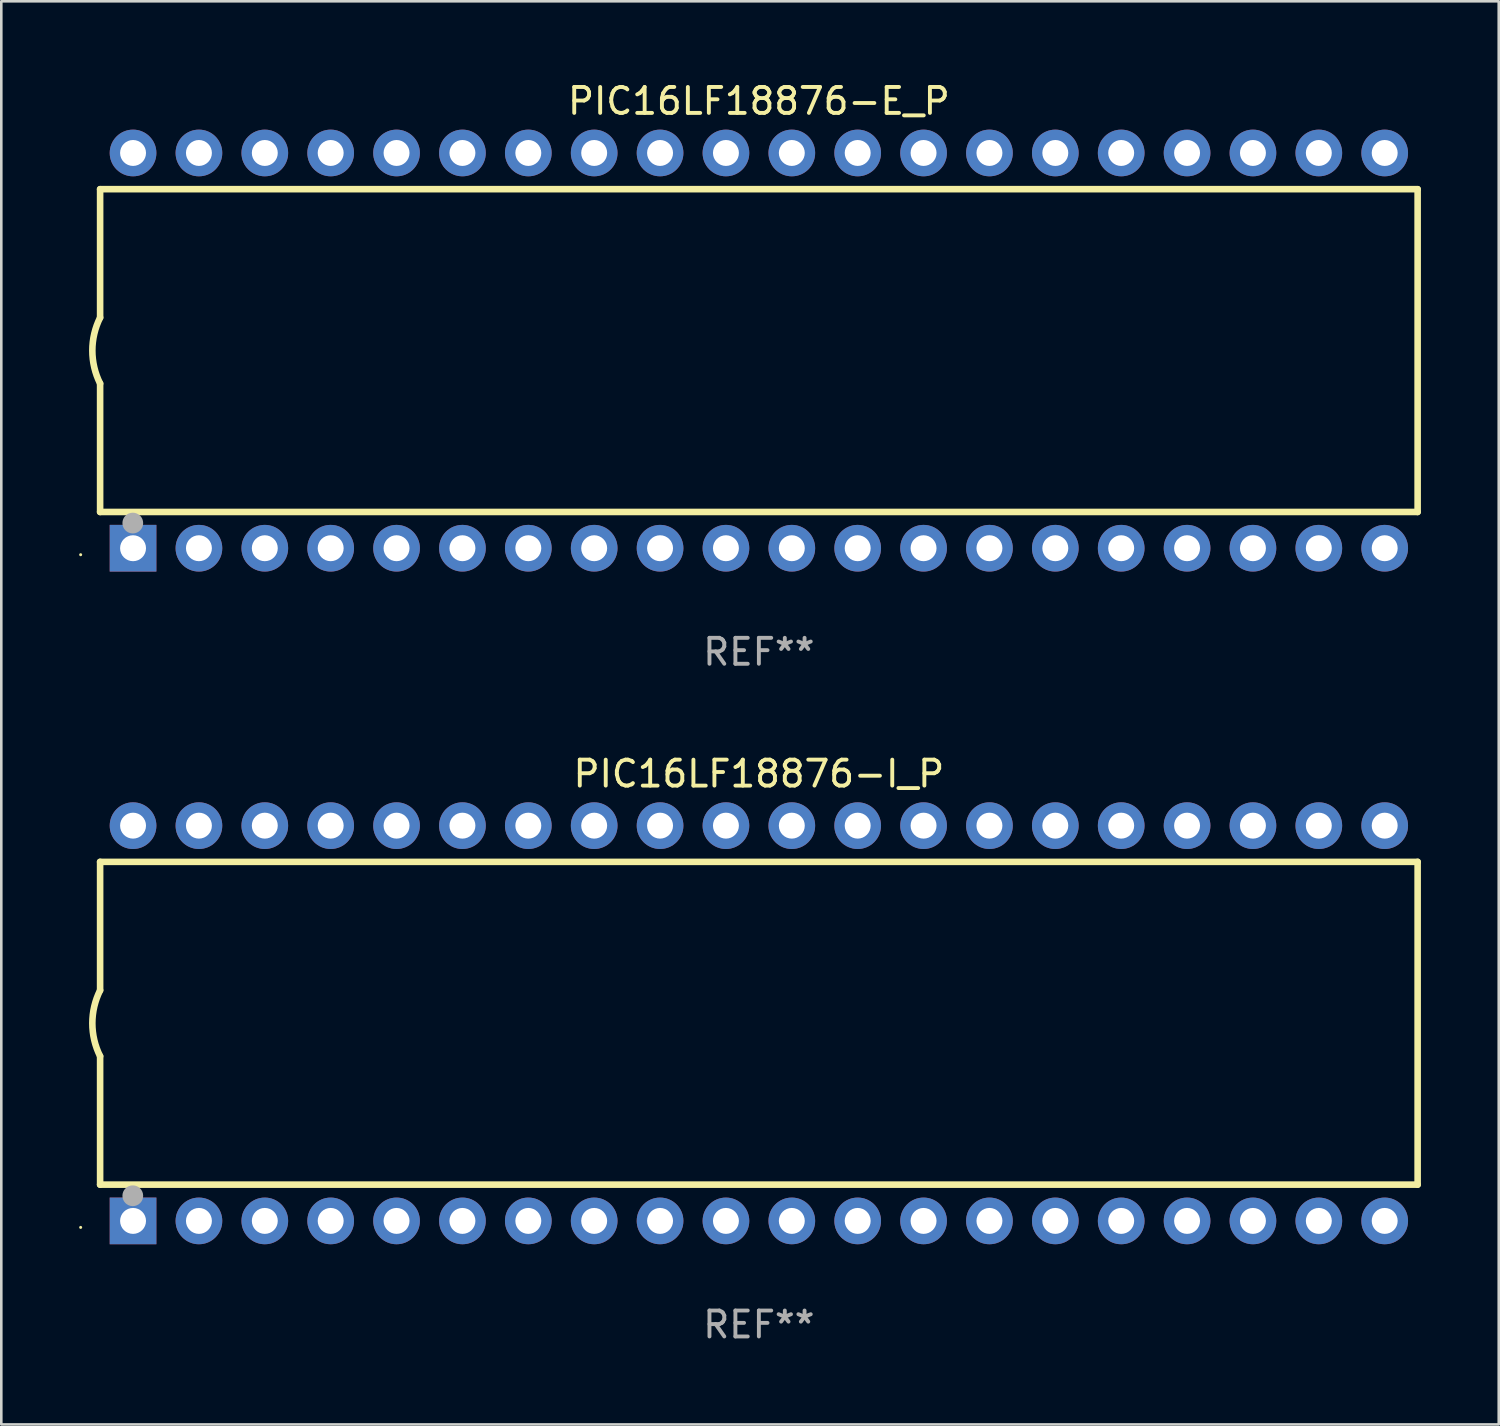
<source format=kicad_pcb>
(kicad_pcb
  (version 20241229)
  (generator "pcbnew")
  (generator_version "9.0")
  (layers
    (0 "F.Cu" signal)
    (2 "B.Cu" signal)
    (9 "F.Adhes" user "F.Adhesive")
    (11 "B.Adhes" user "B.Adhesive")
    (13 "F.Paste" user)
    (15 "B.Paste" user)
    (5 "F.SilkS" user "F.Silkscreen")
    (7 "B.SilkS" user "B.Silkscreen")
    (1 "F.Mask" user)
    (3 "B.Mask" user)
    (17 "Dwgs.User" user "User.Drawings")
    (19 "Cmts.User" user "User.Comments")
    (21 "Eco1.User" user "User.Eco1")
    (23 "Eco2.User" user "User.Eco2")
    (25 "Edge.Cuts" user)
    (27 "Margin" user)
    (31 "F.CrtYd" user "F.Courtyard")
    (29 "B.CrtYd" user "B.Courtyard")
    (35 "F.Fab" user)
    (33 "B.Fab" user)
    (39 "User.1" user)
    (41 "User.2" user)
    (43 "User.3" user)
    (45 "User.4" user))
  (footprint "PIC16LF18876-E_P"
    (layer "F.Cu")
    (at 26.21 10.468)
    (property "Reference" "PIC16LF18876-E_P" (at 0 -9.62 0) (layer "F.SilkS") (effects (font (size 1 1) (thickness 0.15))))
    (attr through_hole)
    (fp_line (start -25.4 -6.224) (end -25.4 -1.271) (stroke (width 0.254) (type solid)) (layer "F.SilkS"))
    (fp_line (start -25.4 -6.224) (end 25.4 -6.224) (stroke (width 0.254) (type solid)) (layer "F.SilkS"))
    (fp_line (start -25.4 1.269) (end -25.4 6.222) (stroke (width 0.254) (type solid)) (layer "F.SilkS"))
    (fp_line (start -25.4 6.222) (end 25.4 6.222) (stroke (width 0.254) (type solid)) (layer "F.SilkS"))
    (fp_line (start 25.4 6.222) (end 25.4 -6.224) (stroke (width 0.254) (type solid)) (layer "F.SilkS"))
    (fp_arc (start -25.4 1.269241) (mid -25.699807 -0.000762) (end -25.4 -1.270765) (stroke (width 0.254001) (type solid)) (layer "F.SilkS"))
    (fp_circle (center -26.15 7.87) (end -26.12 7.87) (stroke (width 0.06) (type solid)) (fill no) (layer "F.SilkS"))
    (fp_circle (center -24.14 6.65) (end -23.94 6.65) (stroke (width 0.4) (type solid)) (fill no) (layer "F.Fab"))
    (fp_text user "REF**" (at 0 11.62 0) (layer "F.Fab") (effects (font (size 1 1) (thickness 0.15))))
    (pad "1" thru_hole rect (at -24.13 7.62 90) (size 1.8 1.8) (drill 1) (layers "*.Cu" "*.Mask"))
    (pad "2" thru_hole circle (at -21.59 7.62) (size 1.8 1.8) (drill 1) (layers "*.Cu" "*.Mask"))
    (pad "3" thru_hole circle (at -19.05 7.62) (size 1.8 1.8) (drill 1) (layers "*.Cu" "*.Mask"))
    (pad "4" thru_hole circle (at -16.51 7.62) (size 1.8 1.8) (drill 1) (layers "*.Cu" "*.Mask"))
    (pad "5" thru_hole circle (at -13.97 7.62) (size 1.8 1.8) (drill 1) (layers "*.Cu" "*.Mask"))
    (pad "6" thru_hole circle (at -11.43 7.62) (size 1.8 1.8) (drill 1) (layers "*.Cu" "*.Mask"))
    (pad "7" thru_hole circle (at -8.89 7.62) (size 1.8 1.8) (drill 1) (layers "*.Cu" "*.Mask"))
    (pad "8" thru_hole circle (at -6.35 7.62) (size 1.8 1.8) (drill 1) (layers "*.Cu" "*.Mask"))
    (pad "9" thru_hole circle (at -3.81 7.62) (size 1.8 1.8) (drill 1) (layers "*.Cu" "*.Mask"))
    (pad "10" thru_hole circle (at -1.27 7.62) (size 1.8 1.8) (drill 1) (layers "*.Cu" "*.Mask"))
    (pad "11" thru_hole circle (at 1.27 7.62) (size 1.8 1.8) (drill 1) (layers "*.Cu" "*.Mask"))
    (pad "12" thru_hole circle (at 3.81 7.62) (size 1.8 1.8) (drill 1) (layers "*.Cu" "*.Mask"))
    (pad "13" thru_hole circle (at 6.35 7.62) (size 1.8 1.8) (drill 1) (layers "*.Cu" "*.Mask"))
    (pad "14" thru_hole circle (at 8.89 7.62) (size 1.8 1.8) (drill 1) (layers "*.Cu" "*.Mask"))
    (pad "15" thru_hole circle (at 11.43 7.62) (size 1.8 1.8) (drill 1) (layers "*.Cu" "*.Mask"))
    (pad "16" thru_hole circle (at 13.97 7.62) (size 1.8 1.8) (drill 1) (layers "*.Cu" "*.Mask"))
    (pad "17" thru_hole circle (at 16.51 7.62) (size 1.8 1.8) (drill 1) (layers "*.Cu" "*.Mask"))
    (pad "18" thru_hole circle (at 19.05 7.62) (size 1.8 1.8) (drill 1) (layers "*.Cu" "*.Mask"))
    (pad "19" thru_hole circle (at 21.59 7.62) (size 1.8 1.8) (drill 1) (layers "*.Cu" "*.Mask"))
    (pad "20" thru_hole circle (at 24.13 7.62) (size 1.8 1.8) (drill 1) (layers "*.Cu" "*.Mask"))
    (pad "21" thru_hole circle (at 24.13 -7.62) (size 1.8 1.8) (drill 1) (layers "*.Cu" "*.Mask"))
    (pad "22" thru_hole circle (at 21.59 -7.62) (size 1.8 1.8) (drill 1) (layers "*.Cu" "*.Mask"))
    (pad "23" thru_hole circle (at 19.05 -7.62) (size 1.8 1.8) (drill 1) (layers "*.Cu" "*.Mask"))
    (pad "24" thru_hole circle (at 16.51 -7.62) (size 1.8 1.8) (drill 1) (layers "*.Cu" "*.Mask"))
    (pad "25" thru_hole circle (at 13.97 -7.62) (size 1.8 1.8) (drill 1) (layers "*.Cu" "*.Mask"))
    (pad "26" thru_hole circle (at 11.43 -7.62) (size 1.8 1.8) (drill 1) (layers "*.Cu" "*.Mask"))
    (pad "27" thru_hole circle (at 8.89 -7.62) (size 1.8 1.8) (drill 1) (layers "*.Cu" "*.Mask"))
    (pad "28" thru_hole circle (at 6.35 -7.62) (size 1.8 1.8) (drill 1) (layers "*.Cu" "*.Mask"))
    (pad "29" thru_hole circle (at 3.81 -7.62) (size 1.8 1.8) (drill 1) (layers "*.Cu" "*.Mask"))
    (pad "30" thru_hole circle (at 1.27 -7.62) (size 1.8 1.8) (drill 1) (layers "*.Cu" "*.Mask"))
    (pad "31" thru_hole circle (at -1.27 -7.62) (size 1.8 1.8) (drill 1) (layers "*.Cu" "*.Mask"))
    (pad "32" thru_hole circle (at -3.81 -7.62) (size 1.8 1.8) (drill 1) (layers "*.Cu" "*.Mask"))
    (pad "33" thru_hole circle (at -6.35 -7.62) (size 1.8 1.8) (drill 1) (layers "*.Cu" "*.Mask"))
    (pad "34" thru_hole circle (at -8.89 -7.62) (size 1.8 1.8) (drill 1) (layers "*.Cu" "*.Mask"))
    (pad "35" thru_hole circle (at -11.43 -7.62) (size 1.8 1.8) (drill 1) (layers "*.Cu" "*.Mask"))
    (pad "36" thru_hole circle (at -13.97 -7.62) (size 1.8 1.8) (drill 1) (layers "*.Cu" "*.Mask"))
    (pad "37" thru_hole circle (at -16.51 -7.62) (size 1.8 1.8) (drill 1) (layers "*.Cu" "*.Mask"))
    (pad "38" thru_hole circle (at -19.05 -7.62) (size 1.8 1.8) (drill 1) (layers "*.Cu" "*.Mask"))
    (pad "39" thru_hole circle (at -21.59 -7.62) (size 1.8 1.8) (drill 1) (layers "*.Cu" "*.Mask"))
    (pad "40" thru_hole circle (at -24.13 -7.62) (size 1.8 1.8) (drill 1) (layers "*.Cu" "*.Mask")))
  (footprint "PIC16LF18876-I_P"
    (layer "F.Cu")
    (at 26.21 36.405)
    (property "Reference" "PIC16LF18876-I_P" (at 0 -9.62 0) (layer "F.SilkS") (effects (font (size 1 1) (thickness 0.15))))
    (attr through_hole)
    (fp_line (start -25.4 -6.224) (end -25.4 -1.271) (stroke (width 0.254) (type solid)) (layer "F.SilkS"))
    (fp_line (start -25.4 -6.224) (end 25.4 -6.224) (stroke (width 0.254) (type solid)) (layer "F.SilkS"))
    (fp_line (start -25.4 1.269) (end -25.4 6.222) (stroke (width 0.254) (type solid)) (layer "F.SilkS"))
    (fp_line (start -25.4 6.222) (end 25.4 6.222) (stroke (width 0.254) (type solid)) (layer "F.SilkS"))
    (fp_line (start 25.4 6.222) (end 25.4 -6.224) (stroke (width 0.254) (type solid)) (layer "F.SilkS"))
    (fp_arc (start -25.4 1.269241) (mid -25.699807 -0.000762) (end -25.4 -1.270765) (stroke (width 0.254001) (type solid)) (layer "F.SilkS"))
    (fp_circle (center -26.15 7.87) (end -26.12 7.87) (stroke (width 0.06) (type solid)) (fill no) (layer "F.SilkS"))
    (fp_circle (center -24.14 6.65) (end -23.94 6.65) (stroke (width 0.4) (type solid)) (fill no) (layer "F.Fab"))
    (fp_text user "REF**" (at 0 11.62 0) (layer "F.Fab") (effects (font (size 1 1) (thickness 0.15))))
    (pad "1" thru_hole rect (at -24.13 7.62 90) (size 1.8 1.8) (drill 1) (layers "*.Cu" "*.Mask"))
    (pad "2" thru_hole circle (at -21.59 7.62) (size 1.8 1.8) (drill 1) (layers "*.Cu" "*.Mask"))
    (pad "3" thru_hole circle (at -19.05 7.62) (size 1.8 1.8) (drill 1) (layers "*.Cu" "*.Mask"))
    (pad "4" thru_hole circle (at -16.51 7.62) (size 1.8 1.8) (drill 1) (layers "*.Cu" "*.Mask"))
    (pad "5" thru_hole circle (at -13.97 7.62) (size 1.8 1.8) (drill 1) (layers "*.Cu" "*.Mask"))
    (pad "6" thru_hole circle (at -11.43 7.62) (size 1.8 1.8) (drill 1) (layers "*.Cu" "*.Mask"))
    (pad "7" thru_hole circle (at -8.89 7.62) (size 1.8 1.8) (drill 1) (layers "*.Cu" "*.Mask"))
    (pad "8" thru_hole circle (at -6.35 7.62) (size 1.8 1.8) (drill 1) (layers "*.Cu" "*.Mask"))
    (pad "9" thru_hole circle (at -3.81 7.62) (size 1.8 1.8) (drill 1) (layers "*.Cu" "*.Mask"))
    (pad "10" thru_hole circle (at -1.27 7.62) (size 1.8 1.8) (drill 1) (layers "*.Cu" "*.Mask"))
    (pad "11" thru_hole circle (at 1.27 7.62) (size 1.8 1.8) (drill 1) (layers "*.Cu" "*.Mask"))
    (pad "12" thru_hole circle (at 3.81 7.62) (size 1.8 1.8) (drill 1) (layers "*.Cu" "*.Mask"))
    (pad "13" thru_hole circle (at 6.35 7.62) (size 1.8 1.8) (drill 1) (layers "*.Cu" "*.Mask"))
    (pad "14" thru_hole circle (at 8.89 7.62) (size 1.8 1.8) (drill 1) (layers "*.Cu" "*.Mask"))
    (pad "15" thru_hole circle (at 11.43 7.62) (size 1.8 1.8) (drill 1) (layers "*.Cu" "*.Mask"))
    (pad "16" thru_hole circle (at 13.97 7.62) (size 1.8 1.8) (drill 1) (layers "*.Cu" "*.Mask"))
    (pad "17" thru_hole circle (at 16.51 7.62) (size 1.8 1.8) (drill 1) (layers "*.Cu" "*.Mask"))
    (pad "18" thru_hole circle (at 19.05 7.62) (size 1.8 1.8) (drill 1) (layers "*.Cu" "*.Mask"))
    (pad "19" thru_hole circle (at 21.59 7.62) (size 1.8 1.8) (drill 1) (layers "*.Cu" "*.Mask"))
    (pad "20" thru_hole circle (at 24.13 7.62) (size 1.8 1.8) (drill 1) (layers "*.Cu" "*.Mask"))
    (pad "21" thru_hole circle (at 24.13 -7.62) (size 1.8 1.8) (drill 1) (layers "*.Cu" "*.Mask"))
    (pad "22" thru_hole circle (at 21.59 -7.62) (size 1.8 1.8) (drill 1) (layers "*.Cu" "*.Mask"))
    (pad "23" thru_hole circle (at 19.05 -7.62) (size 1.8 1.8) (drill 1) (layers "*.Cu" "*.Mask"))
    (pad "24" thru_hole circle (at 16.51 -7.62) (size 1.8 1.8) (drill 1) (layers "*.Cu" "*.Mask"))
    (pad "25" thru_hole circle (at 13.97 -7.62) (size 1.8 1.8) (drill 1) (layers "*.Cu" "*.Mask"))
    (pad "26" thru_hole circle (at 11.43 -7.62) (size 1.8 1.8) (drill 1) (layers "*.Cu" "*.Mask"))
    (pad "27" thru_hole circle (at 8.89 -7.62) (size 1.8 1.8) (drill 1) (layers "*.Cu" "*.Mask"))
    (pad "28" thru_hole circle (at 6.35 -7.62) (size 1.8 1.8) (drill 1) (layers "*.Cu" "*.Mask"))
    (pad "29" thru_hole circle (at 3.81 -7.62) (size 1.8 1.8) (drill 1) (layers "*.Cu" "*.Mask"))
    (pad "30" thru_hole circle (at 1.27 -7.62) (size 1.8 1.8) (drill 1) (layers "*.Cu" "*.Mask"))
    (pad "31" thru_hole circle (at -1.27 -7.62) (size 1.8 1.8) (drill 1) (layers "*.Cu" "*.Mask"))
    (pad "32" thru_hole circle (at -3.81 -7.62) (size 1.8 1.8) (drill 1) (layers "*.Cu" "*.Mask"))
    (pad "33" thru_hole circle (at -6.35 -7.62) (size 1.8 1.8) (drill 1) (layers "*.Cu" "*.Mask"))
    (pad "34" thru_hole circle (at -8.89 -7.62) (size 1.8 1.8) (drill 1) (layers "*.Cu" "*.Mask"))
    (pad "35" thru_hole circle (at -11.43 -7.62) (size 1.8 1.8) (drill 1) (layers "*.Cu" "*.Mask"))
    (pad "36" thru_hole circle (at -13.97 -7.62) (size 1.8 1.8) (drill 1) (layers "*.Cu" "*.Mask"))
    (pad "37" thru_hole circle (at -16.51 -7.62) (size 1.8 1.8) (drill 1) (layers "*.Cu" "*.Mask"))
    (pad "38" thru_hole circle (at -19.05 -7.62) (size 1.8 1.8) (drill 1) (layers "*.Cu" "*.Mask"))
    (pad "39" thru_hole circle (at -21.59 -7.62) (size 1.8 1.8) (drill 1) (layers "*.Cu" "*.Mask"))
    (pad "40" thru_hole circle (at -24.13 -7.62) (size 1.8 1.8) (drill 1) (layers "*.Cu" "*.Mask")))
  (gr_rect
    (start -3 -3)
    (end 54.737 51.873)
    (stroke (width 0.1) (type default))
    (fill no)
    (layer "Edge.Cuts")))
</source>
